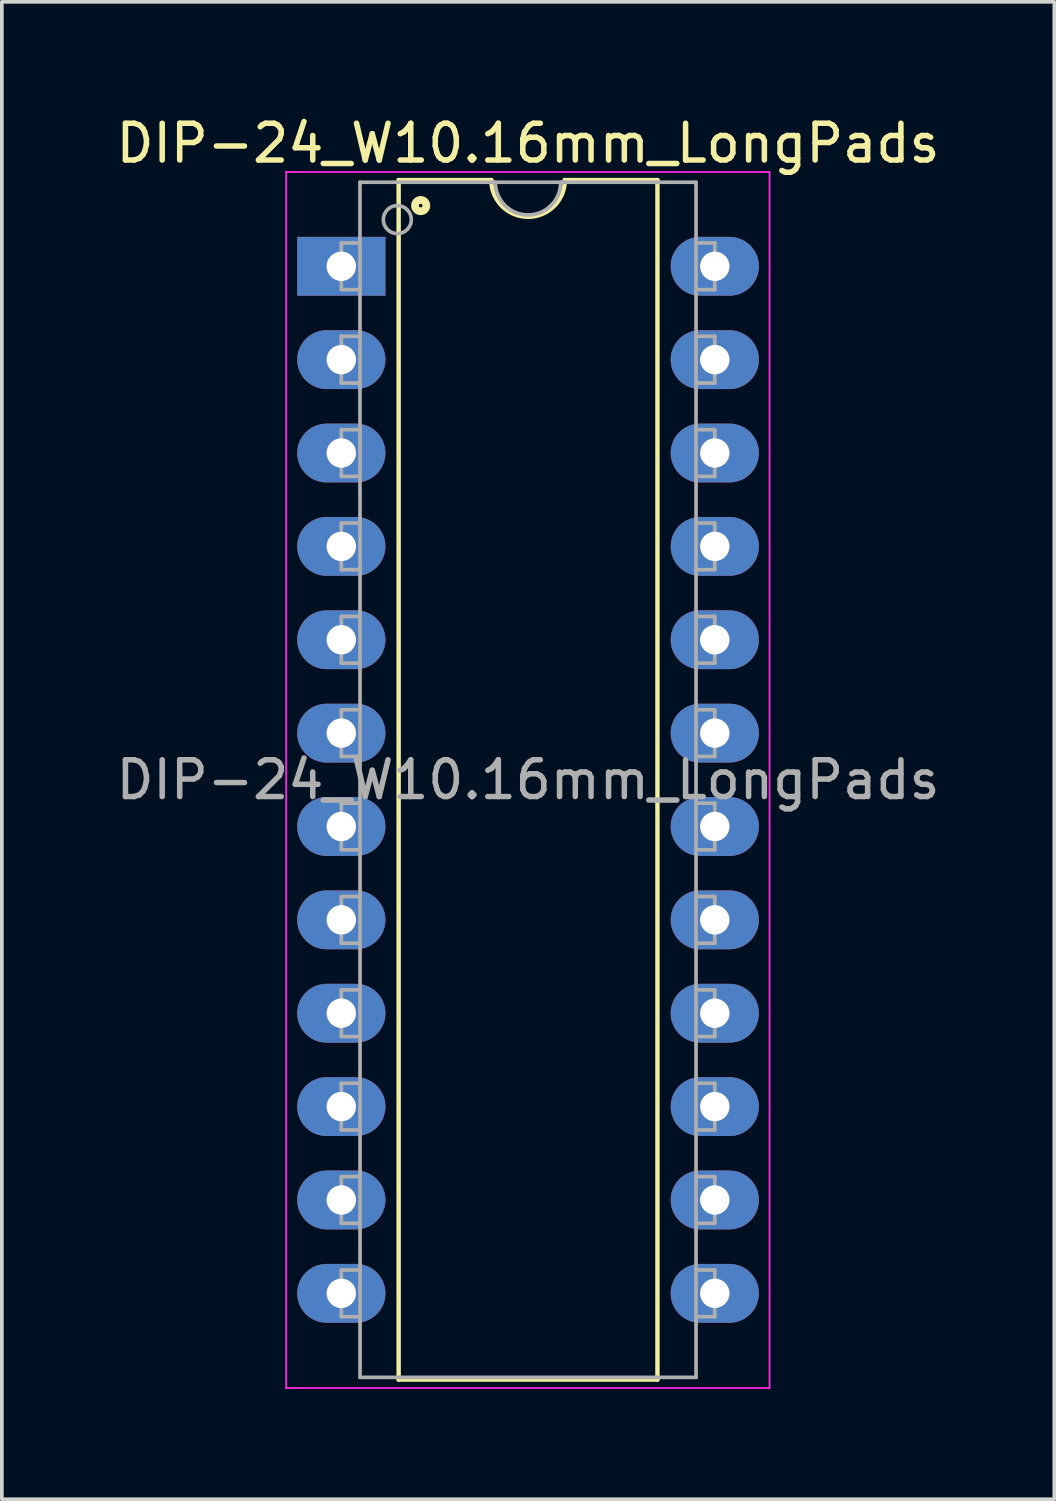
<source format=kicad_pcb>
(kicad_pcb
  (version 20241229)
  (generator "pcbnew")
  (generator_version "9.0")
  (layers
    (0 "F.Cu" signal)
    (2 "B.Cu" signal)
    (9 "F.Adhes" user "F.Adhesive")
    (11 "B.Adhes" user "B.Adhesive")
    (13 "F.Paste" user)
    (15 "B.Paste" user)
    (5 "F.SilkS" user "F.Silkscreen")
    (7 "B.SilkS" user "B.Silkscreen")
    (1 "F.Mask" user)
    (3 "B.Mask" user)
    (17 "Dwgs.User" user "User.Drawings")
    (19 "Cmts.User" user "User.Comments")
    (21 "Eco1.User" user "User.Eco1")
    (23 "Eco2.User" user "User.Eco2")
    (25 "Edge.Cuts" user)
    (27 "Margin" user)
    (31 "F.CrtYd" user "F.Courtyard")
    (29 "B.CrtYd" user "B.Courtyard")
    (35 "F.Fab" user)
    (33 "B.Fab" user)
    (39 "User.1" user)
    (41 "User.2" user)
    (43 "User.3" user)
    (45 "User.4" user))
  (footprint "DIP-24_W10.16mm_LongPads"
    (layer "F.Cu")
    (at 6.235 4.194)
    (property "Reference" "DIP-24_W10.16mm_LongPads" (at 5.08 -3.346 0) (layer "F.SilkS") (effects (font (size 1 1) (thickness 0.15))))
    (attr through_hole)
    (fp_line (start 1.56 -2.346) (end 1.56 30.286) (stroke (width 0.12) (type solid)) (layer "F.SilkS"))
    (fp_line (start 1.56 30.286) (end 8.6 30.286) (stroke (width 0.12) (type solid)) (layer "F.SilkS"))
    (fp_line (start 4.08 -2.346) (end 1.56 -2.346) (stroke (width 0.12) (type solid)) (layer "F.SilkS"))
    (fp_line (start 8.6 -2.346) (end 6.08 -2.346) (stroke (width 0.12) (type solid)) (layer "F.SilkS"))
    (fp_line (start 8.6 30.286) (end 8.6 -2.346) (stroke (width 0.12) (type solid)) (layer "F.SilkS"))
    (fp_arc (start 6.08 -2.346) (mid 5.08 -1.346) (end 4.08 -2.346) (stroke (width 0.12) (type solid)) (layer "F.SilkS"))
    (fp_circle (center 2.159 -1.651) (end 2.209 -1.651) (stroke (width 0.12) (type solid)) (fill no) (layer "F.SilkS"))
    (fp_circle (center 2.159 -1.651) (end 2.284 -1.651) (stroke (width 0.12) (type solid)) (fill no) (layer "F.SilkS"))
    (fp_circle (center 2.159 -1.651) (end 2.359 -1.651) (stroke (width 0.12) (type solid)) (fill no) (layer "F.SilkS"))
    (fp_line (start -1.5 -2.566) (end -1.5 30.516) (stroke (width 0.05) (type solid)) (layer "F.CrtYd"))
    (fp_line (start -1.5 30.516) (end 11.65 30.516) (stroke (width 0.05) (type solid)) (layer "F.CrtYd"))
    (fp_line (start 11.65 -2.566) (end -1.5 -2.566) (stroke (width 0.05) (type solid)) (layer "F.CrtYd"))
    (fp_line (start 11.65 30.516) (end 11.65 -2.566) (stroke (width 0.05) (type solid)) (layer "F.CrtYd"))
    (fp_line (start 0 -0.635) (end 0 0.635) (stroke (width 0.1) (type solid)) (layer "F.Fab"))
    (fp_line (start 0 -0.635) (end 0.508 -0.635) (stroke (width 0.1) (type solid)) (layer "F.Fab"))
    (fp_line (start 0 0.635) (end 0.508 0.635) (stroke (width 0.1) (type solid)) (layer "F.Fab"))
    (fp_line (start 0 1.905) (end 0 3.175) (stroke (width 0.1) (type solid)) (layer "F.Fab"))
    (fp_line (start 0 1.905) (end 0.508 1.905) (stroke (width 0.1) (type solid)) (layer "F.Fab"))
    (fp_line (start 0 3.175) (end 0.508 3.175) (stroke (width 0.1) (type solid)) (layer "F.Fab"))
    (fp_line (start 0 4.445) (end 0 5.715) (stroke (width 0.1) (type solid)) (layer "F.Fab"))
    (fp_line (start 0 4.445) (end 0.508 4.445) (stroke (width 0.1) (type solid)) (layer "F.Fab"))
    (fp_line (start 0 5.715) (end 0.508 5.715) (stroke (width 0.1) (type solid)) (layer "F.Fab"))
    (fp_line (start 0 6.985) (end 0 8.255) (stroke (width 0.1) (type solid)) (layer "F.Fab"))
    (fp_line (start 0 6.985) (end 0.508 6.985) (stroke (width 0.1) (type solid)) (layer "F.Fab"))
    (fp_line (start 0 8.255) (end 0.508 8.255) (stroke (width 0.1) (type solid)) (layer "F.Fab"))
    (fp_line (start 0 9.525) (end 0 10.795) (stroke (width 0.1) (type solid)) (layer "F.Fab"))
    (fp_line (start 0 9.525) (end 0.508 9.525) (stroke (width 0.1) (type solid)) (layer "F.Fab"))
    (fp_line (start 0 10.795) (end 0.508 10.795) (stroke (width 0.1) (type solid)) (layer "F.Fab"))
    (fp_line (start 0 12.065) (end 0 13.335) (stroke (width 0.1) (type solid)) (layer "F.Fab"))
    (fp_line (start 0 12.065) (end 0.508 12.065) (stroke (width 0.1) (type solid)) (layer "F.Fab"))
    (fp_line (start 0 13.335) (end 0.508 13.335) (stroke (width 0.1) (type solid)) (layer "F.Fab"))
    (fp_line (start 0 14.605) (end 0 15.875) (stroke (width 0.1) (type solid)) (layer "F.Fab"))
    (fp_line (start 0 14.605) (end 0.508 14.605) (stroke (width 0.1) (type solid)) (layer "F.Fab"))
    (fp_line (start 0 15.875) (end 0.508 15.875) (stroke (width 0.1) (type solid)) (layer "F.Fab"))
    (fp_line (start 0 17.145) (end 0 18.415) (stroke (width 0.1) (type solid)) (layer "F.Fab"))
    (fp_line (start 0 17.145) (end 0.508 17.145) (stroke (width 0.1) (type solid)) (layer "F.Fab"))
    (fp_line (start 0 18.415) (end 0.508 18.415) (stroke (width 0.1) (type solid)) (layer "F.Fab"))
    (fp_line (start 0 19.685) (end 0 20.955) (stroke (width 0.1) (type solid)) (layer "F.Fab"))
    (fp_line (start 0 19.685) (end 0.508 19.685) (stroke (width 0.1) (type solid)) (layer "F.Fab"))
    (fp_line (start 0 20.955) (end 0.508 20.955) (stroke (width 0.1) (type solid)) (layer "F.Fab"))
    (fp_line (start 0 22.225) (end 0 23.495) (stroke (width 0.1) (type solid)) (layer "F.Fab"))
    (fp_line (start 0 22.225) (end 0.508 22.225) (stroke (width 0.1) (type solid)) (layer "F.Fab"))
    (fp_line (start 0 23.495) (end 0.508 23.495) (stroke (width 0.1) (type solid)) (layer "F.Fab"))
    (fp_line (start 0 24.765) (end 0 26.035) (stroke (width 0.1) (type solid)) (layer "F.Fab"))
    (fp_line (start 0 24.765) (end 0.508 24.765) (stroke (width 0.1) (type solid)) (layer "F.Fab"))
    (fp_line (start 0 26.035) (end 0.508 26.035) (stroke (width 0.1) (type solid)) (layer "F.Fab"))
    (fp_line (start 0 27.305) (end 0 28.575) (stroke (width 0.1) (type solid)) (layer "F.Fab"))
    (fp_line (start 0 27.305) (end 0.508 27.305) (stroke (width 0.1) (type solid)) (layer "F.Fab"))
    (fp_line (start 0 28.575) (end 0.508 28.575) (stroke (width 0.1) (type solid)) (layer "F.Fab"))
    (fp_line (start 0.508 -2.286) (end 9.65 -2.286) (stroke (width 0.1) (type solid)) (layer "F.Fab"))
    (fp_line (start 0.51 30.226) (end 0.508 -2.286) (stroke (width 0.1) (type solid)) (layer "F.Fab"))
    (fp_line (start 9.65 -2.286) (end 9.65 30.226) (stroke (width 0.1) (type solid)) (layer "F.Fab"))
    (fp_line (start 9.65 30.226) (end 0.51 30.226) (stroke (width 0.1) (type solid)) (layer "F.Fab"))
    (fp_line (start 10.16 -0.635) (end 9.652 -0.635) (stroke (width 0.1) (type solid)) (layer "F.Fab"))
    (fp_line (start 10.16 0.635) (end 9.652 0.635) (stroke (width 0.1) (type solid)) (layer "F.Fab"))
    (fp_line (start 10.16 0.635) (end 10.16 -0.635) (stroke (width 0.1) (type solid)) (layer "F.Fab"))
    (fp_line (start 10.16 1.905) (end 9.652 1.905) (stroke (width 0.1) (type solid)) (layer "F.Fab"))
    (fp_line (start 10.16 3.175) (end 9.652 3.175) (stroke (width 0.1) (type solid)) (layer "F.Fab"))
    (fp_line (start 10.16 3.175) (end 10.16 1.905) (stroke (width 0.1) (type solid)) (layer "F.Fab"))
    (fp_line (start 10.16 4.445) (end 9.652 4.445) (stroke (width 0.1) (type solid)) (layer "F.Fab"))
    (fp_line (start 10.16 5.715) (end 9.652 5.715) (stroke (width 0.1) (type solid)) (layer "F.Fab"))
    (fp_line (start 10.16 5.715) (end 10.16 4.445) (stroke (width 0.1) (type solid)) (layer "F.Fab"))
    (fp_line (start 10.16 6.985) (end 9.652 6.985) (stroke (width 0.1) (type solid)) (layer "F.Fab"))
    (fp_line (start 10.16 8.255) (end 9.652 8.255) (stroke (width 0.1) (type solid)) (layer "F.Fab"))
    (fp_line (start 10.16 8.255) (end 10.16 6.985) (stroke (width 0.1) (type solid)) (layer "F.Fab"))
    (fp_line (start 10.16 9.525) (end 9.652 9.525) (stroke (width 0.1) (type solid)) (layer "F.Fab"))
    (fp_line (start 10.16 10.795) (end 9.652 10.795) (stroke (width 0.1) (type solid)) (layer "F.Fab"))
    (fp_line (start 10.16 10.795) (end 10.16 9.525) (stroke (width 0.1) (type solid)) (layer "F.Fab"))
    (fp_line (start 10.16 12.065) (end 9.652 12.065) (stroke (width 0.1) (type solid)) (layer "F.Fab"))
    (fp_line (start 10.16 13.335) (end 9.652 13.335) (stroke (width 0.1) (type solid)) (layer "F.Fab"))
    (fp_line (start 10.16 13.335) (end 10.16 12.065) (stroke (width 0.1) (type solid)) (layer "F.Fab"))
    (fp_line (start 10.16 14.605) (end 9.652 14.605) (stroke (width 0.1) (type solid)) (layer "F.Fab"))
    (fp_line (start 10.16 15.875) (end 9.652 15.875) (stroke (width 0.1) (type solid)) (layer "F.Fab"))
    (fp_line (start 10.16 15.875) (end 10.16 14.605) (stroke (width 0.1) (type solid)) (layer "F.Fab"))
    (fp_line (start 10.16 17.145) (end 9.652 17.145) (stroke (width 0.1) (type solid)) (layer "F.Fab"))
    (fp_line (start 10.16 18.415) (end 9.652 18.415) (stroke (width 0.1) (type solid)) (layer "F.Fab"))
    (fp_line (start 10.16 18.415) (end 10.16 17.145) (stroke (width 0.1) (type solid)) (layer "F.Fab"))
    (fp_line (start 10.16 19.685) (end 9.652 19.685) (stroke (width 0.1) (type solid)) (layer "F.Fab"))
    (fp_line (start 10.16 20.955) (end 9.652 20.955) (stroke (width 0.1) (type solid)) (layer "F.Fab"))
    (fp_line (start 10.16 20.955) (end 10.16 19.685) (stroke (width 0.1) (type solid)) (layer "F.Fab"))
    (fp_line (start 10.16 22.225) (end 9.652 22.225) (stroke (width 0.1) (type solid)) (layer "F.Fab"))
    (fp_line (start 10.16 23.495) (end 9.652 23.495) (stroke (width 0.1) (type solid)) (layer "F.Fab"))
    (fp_line (start 10.16 23.495) (end 10.16 22.225) (stroke (width 0.1) (type solid)) (layer "F.Fab"))
    (fp_line (start 10.16 24.765) (end 9.652 24.765) (stroke (width 0.1) (type solid)) (layer "F.Fab"))
    (fp_line (start 10.16 26.035) (end 9.652 26.035) (stroke (width 0.1) (type solid)) (layer "F.Fab"))
    (fp_line (start 10.16 26.035) (end 10.16 24.765) (stroke (width 0.1) (type solid)) (layer "F.Fab"))
    (fp_line (start 10.16 27.305) (end 9.652 27.305) (stroke (width 0.1) (type solid)) (layer "F.Fab"))
    (fp_line (start 10.16 28.575) (end 9.652 28.575) (stroke (width 0.1) (type solid)) (layer "F.Fab"))
    (fp_line (start 10.16 28.575) (end 10.16 27.305) (stroke (width 0.1) (type solid)) (layer "F.Fab"))
    (fp_arc (start 5.969 -2.286) (mid 5.08 -1.397) (end 4.191 -2.286) (stroke (width 0.1) (type solid)) (layer "F.Fab"))
    (fp_circle (center 1.524 -1.27) (end 1.905 -1.27) (stroke (width 0.1) (type solid)) (fill no) (layer "F.Fab"))
    (fp_text user "${REFERENCE}" (at 5.08 13.97 0) (layer "F.Fab") (effects (font (size 1 1) (thickness 0.15))))
    (pad "1" thru_hole rect (at 0 0) (size 2.4 1.6) (drill 0.8) (layers "*.Cu" "*.Mask"))
    (pad "2" thru_hole oval (at 0 2.54) (size 2.4 1.6) (drill 0.8) (layers "*.Cu" "*.Mask"))
    (pad "3" thru_hole oval (at 0 5.08) (size 2.4 1.6) (drill 0.8) (layers "*.Cu" "*.Mask"))
    (pad "4" thru_hole oval (at 0 7.62) (size 2.4 1.6) (drill 0.8) (layers "*.Cu" "*.Mask"))
    (pad "5" thru_hole oval (at 0 10.16) (size 2.4 1.6) (drill 0.8) (layers "*.Cu" "*.Mask"))
    (pad "6" thru_hole oval (at 0 12.7) (size 2.4 1.6) (drill 0.8) (layers "*.Cu" "*.Mask"))
    (pad "7" thru_hole oval (at 0 15.24) (size 2.4 1.6) (drill 0.8) (layers "*.Cu" "*.Mask"))
    (pad "8" thru_hole oval (at 0 17.78) (size 2.4 1.6) (drill 0.8) (layers "*.Cu" "*.Mask"))
    (pad "9" thru_hole oval (at 0 20.32) (size 2.4 1.6) (drill 0.8) (layers "*.Cu" "*.Mask"))
    (pad "10" thru_hole oval (at 0 22.86) (size 2.4 1.6) (drill 0.8) (layers "*.Cu" "*.Mask"))
    (pad "11" thru_hole oval (at 0 25.4) (size 2.4 1.6) (drill 0.8) (layers "*.Cu" "*.Mask"))
    (pad "12" thru_hole oval (at 0 27.94) (size 2.4 1.6) (drill 0.8) (layers "*.Cu" "*.Mask"))
    (pad "13" thru_hole oval (at 10.16 27.94) (size 2.4 1.6) (drill 0.8) (layers "*.Cu" "*.Mask"))
    (pad "14" thru_hole oval (at 10.16 25.4) (size 2.4 1.6) (drill 0.8) (layers "*.Cu" "*.Mask"))
    (pad "15" thru_hole oval (at 10.16 22.86) (size 2.4 1.6) (drill 0.8) (layers "*.Cu" "*.Mask"))
    (pad "16" thru_hole oval (at 10.16 20.32) (size 2.4 1.6) (drill 0.8) (layers "*.Cu" "*.Mask"))
    (pad "17" thru_hole oval (at 10.16 17.78) (size 2.4 1.6) (drill 0.8) (layers "*.Cu" "*.Mask"))
    (pad "18" thru_hole oval (at 10.16 15.24) (size 2.4 1.6) (drill 0.8) (layers "*.Cu" "*.Mask"))
    (pad "19" thru_hole oval (at 10.16 12.7) (size 2.4 1.6) (drill 0.8) (layers "*.Cu" "*.Mask"))
    (pad "20" thru_hole oval (at 10.16 10.16) (size 2.4 1.6) (drill 0.8) (layers "*.Cu" "*.Mask"))
    (pad "21" thru_hole oval (at 10.16 7.62) (size 2.4 1.6) (drill 0.8) (layers "*.Cu" "*.Mask"))
    (pad "22" thru_hole oval (at 10.16 5.08) (size 2.4 1.6) (drill 0.8) (layers "*.Cu" "*.Mask"))
    (pad "23" thru_hole oval (at 10.16 2.54) (size 2.4 1.6) (drill 0.8) (layers "*.Cu" "*.Mask"))
    (pad "24" thru_hole oval (at 10.16 0) (size 2.4 1.6) (drill 0.8) (layers "*.Cu" "*.Mask")))
  (gr_rect
    (start -3 -3)
    (end 25.631 37.735)
    (stroke (width 0.1) (type default))
    (fill no)
    (layer "Edge.Cuts")))
</source>
